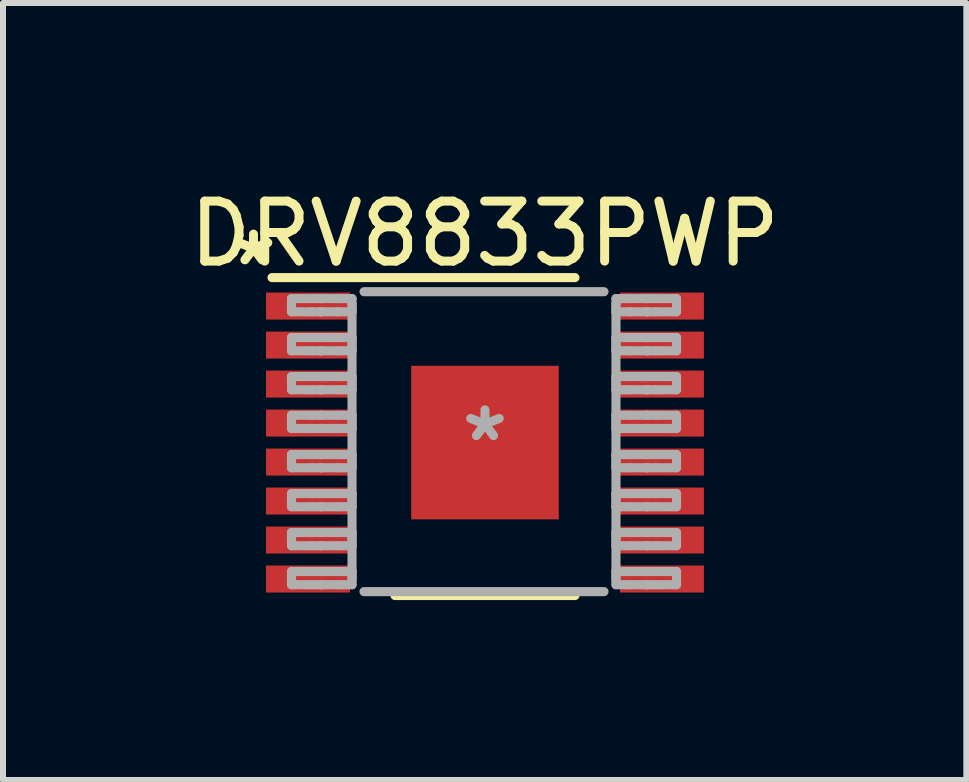
<source format=kicad_pcb>
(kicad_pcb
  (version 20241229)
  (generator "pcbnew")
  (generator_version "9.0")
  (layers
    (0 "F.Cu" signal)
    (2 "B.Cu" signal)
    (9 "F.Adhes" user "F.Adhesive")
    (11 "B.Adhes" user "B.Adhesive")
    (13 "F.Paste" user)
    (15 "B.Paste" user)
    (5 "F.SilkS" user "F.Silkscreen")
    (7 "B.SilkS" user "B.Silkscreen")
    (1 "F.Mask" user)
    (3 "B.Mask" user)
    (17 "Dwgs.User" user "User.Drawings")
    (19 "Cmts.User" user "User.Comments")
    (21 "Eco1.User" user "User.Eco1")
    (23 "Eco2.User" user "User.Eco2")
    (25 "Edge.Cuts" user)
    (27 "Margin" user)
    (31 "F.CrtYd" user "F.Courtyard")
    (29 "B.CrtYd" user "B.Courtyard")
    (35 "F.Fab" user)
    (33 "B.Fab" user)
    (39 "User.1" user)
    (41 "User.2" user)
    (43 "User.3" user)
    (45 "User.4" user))
  (footprint "DRV8833PWP"
    (layer "F.Cu")
    (at 5.035 4.328)
    (property "Reference" "DRV8833PWP" (at -0.005 -3.48 0) (layer "F.SilkS") (effects (font (size 1 1) (thickness 0.15))))
    (attr through_hole)
    (fp_line (start -3.55 -2.75) (end 1.5 -2.75) (stroke (width 0.152) (type solid)) (layer "F.SilkS"))
    (fp_line (start -1.5 2.55) (end 1.5 2.55) (stroke (width 0.152) (type solid)) (layer "F.SilkS"))
    (fp_line (start -3.225 -2.4) (end -2.887 -2.4) (stroke (width 0.152) (type solid)) (layer "F.Fab"))
    (fp_line (start -3.225 -2.18) (end -3.225 -2.4) (stroke (width 0.152) (type solid)) (layer "F.Fab"))
    (fp_line (start -3.225 -2.18) (end -2.887 -2.18) (stroke (width 0.152) (type solid)) (layer "F.Fab"))
    (fp_line (start -3.225 -1.75) (end -2.887 -1.75) (stroke (width 0.152) (type solid)) (layer "F.Fab"))
    (fp_line (start -3.225 -1.53) (end -3.225 -1.75) (stroke (width 0.152) (type solid)) (layer "F.Fab"))
    (fp_line (start -3.225 -1.53) (end -2.887 -1.53) (stroke (width 0.152) (type solid)) (layer "F.Fab"))
    (fp_line (start -3.225 -1.1) (end -2.887 -1.1) (stroke (width 0.152) (type solid)) (layer "F.Fab"))
    (fp_line (start -3.225 -0.88) (end -3.225 -1.1) (stroke (width 0.152) (type solid)) (layer "F.Fab"))
    (fp_line (start -3.225 -0.88) (end -2.887 -0.88) (stroke (width 0.152) (type solid)) (layer "F.Fab"))
    (fp_line (start -3.225 -0.455) (end -2.887 -0.455) (stroke (width 0.152) (type solid)) (layer "F.Fab"))
    (fp_line (start -3.225 -0.235) (end -3.225 -0.455) (stroke (width 0.152) (type solid)) (layer "F.Fab"))
    (fp_line (start -3.225 -0.235) (end -2.887 -0.235) (stroke (width 0.152) (type solid)) (layer "F.Fab"))
    (fp_line (start -3.225 0.2) (end -2.887 0.2) (stroke (width 0.152) (type solid)) (layer "F.Fab"))
    (fp_line (start -3.225 0.42) (end -3.225 0.2) (stroke (width 0.152) (type solid)) (layer "F.Fab"))
    (fp_line (start -3.225 0.42) (end -2.887 0.42) (stroke (width 0.152) (type solid)) (layer "F.Fab"))
    (fp_line (start -3.225 0.85) (end -2.887 0.85) (stroke (width 0.152) (type solid)) (layer "F.Fab"))
    (fp_line (start -3.225 1.07) (end -3.225 0.85) (stroke (width 0.152) (type solid)) (layer "F.Fab"))
    (fp_line (start -3.225 1.07) (end -2.887 1.07) (stroke (width 0.152) (type solid)) (layer "F.Fab"))
    (fp_line (start -3.225 1.5) (end -2.887 1.5) (stroke (width 0.152) (type solid)) (layer "F.Fab"))
    (fp_line (start -3.225 1.72) (end -3.225 1.5) (stroke (width 0.152) (type solid)) (layer "F.Fab"))
    (fp_line (start -3.225 1.72) (end -2.887 1.72) (stroke (width 0.152) (type solid)) (layer "F.Fab"))
    (fp_line (start -3.225 2.15) (end -2.887 2.15) (stroke (width 0.152) (type solid)) (layer "F.Fab"))
    (fp_line (start -3.225 2.37) (end -3.225 2.15) (stroke (width 0.152) (type solid)) (layer "F.Fab"))
    (fp_line (start -3.225 2.37) (end -2.887 2.37) (stroke (width 0.152) (type solid)) (layer "F.Fab"))
    (fp_line (start -2.887 -2.4) (end -2.739 -2.4) (stroke (width 0.152) (type solid)) (layer "F.Fab"))
    (fp_line (start -2.887 -2.18) (end -2.739 -2.18) (stroke (width 0.152) (type solid)) (layer "F.Fab"))
    (fp_line (start -2.887 -1.75) (end -2.739 -1.75) (stroke (width 0.152) (type solid)) (layer "F.Fab"))
    (fp_line (start -2.887 -1.53) (end -2.739 -1.53) (stroke (width 0.152) (type solid)) (layer "F.Fab"))
    (fp_line (start -2.887 -1.1) (end -2.739 -1.1) (stroke (width 0.152) (type solid)) (layer "F.Fab"))
    (fp_line (start -2.887 -0.88) (end -2.739 -0.88) (stroke (width 0.152) (type solid)) (layer "F.Fab"))
    (fp_line (start -2.887 -0.455) (end -2.739 -0.455) (stroke (width 0.152) (type solid)) (layer "F.Fab"))
    (fp_line (start -2.887 -0.235) (end -2.739 -0.235) (stroke (width 0.152) (type solid)) (layer "F.Fab"))
    (fp_line (start -2.887 0.2) (end -2.739 0.2) (stroke (width 0.152) (type solid)) (layer "F.Fab"))
    (fp_line (start -2.887 0.42) (end -2.739 0.42) (stroke (width 0.152) (type solid)) (layer "F.Fab"))
    (fp_line (start -2.887 0.85) (end -2.739 0.85) (stroke (width 0.152) (type solid)) (layer "F.Fab"))
    (fp_line (start -2.887 1.07) (end -2.739 1.07) (stroke (width 0.152) (type solid)) (layer "F.Fab"))
    (fp_line (start -2.887 1.5) (end -2.739 1.5) (stroke (width 0.152) (type solid)) (layer "F.Fab"))
    (fp_line (start -2.887 1.72) (end -2.739 1.72) (stroke (width 0.152) (type solid)) (layer "F.Fab"))
    (fp_line (start -2.887 2.15) (end -2.739 2.15) (stroke (width 0.152) (type solid)) (layer "F.Fab"))
    (fp_line (start -2.887 2.37) (end -2.739 2.37) (stroke (width 0.152) (type solid)) (layer "F.Fab"))
    (fp_line (start -2.739 -2.4) (end -2.73 -2.4) (stroke (width 0.152) (type solid)) (layer "F.Fab"))
    (fp_line (start -2.739 -2.18) (end -2.73 -2.18) (stroke (width 0.152) (type solid)) (layer "F.Fab"))
    (fp_line (start -2.739 -1.75) (end -2.73 -1.75) (stroke (width 0.152) (type solid)) (layer "F.Fab"))
    (fp_line (start -2.739 -1.53) (end -2.73 -1.53) (stroke (width 0.152) (type solid)) (layer "F.Fab"))
    (fp_line (start -2.739 -1.1) (end -2.73 -1.1) (stroke (width 0.152) (type solid)) (layer "F.Fab"))
    (fp_line (start -2.739 -0.88) (end -2.73 -0.88) (stroke (width 0.152) (type solid)) (layer "F.Fab"))
    (fp_line (start -2.739 -0.455) (end -2.73 -0.455) (stroke (width 0.152) (type solid)) (layer "F.Fab"))
    (fp_line (start -2.739 -0.235) (end -2.73 -0.235) (stroke (width 0.152) (type solid)) (layer "F.Fab"))
    (fp_line (start -2.739 0.2) (end -2.73 0.2) (stroke (width 0.152) (type solid)) (layer "F.Fab"))
    (fp_line (start -2.739 0.42) (end -2.73 0.42) (stroke (width 0.152) (type solid)) (layer "F.Fab"))
    (fp_line (start -2.739 0.85) (end -2.73 0.85) (stroke (width 0.152) (type solid)) (layer "F.Fab"))
    (fp_line (start -2.739 1.07) (end -2.73 1.07) (stroke (width 0.152) (type solid)) (layer "F.Fab"))
    (fp_line (start -2.739 1.5) (end -2.73 1.5) (stroke (width 0.152) (type solid)) (layer "F.Fab"))
    (fp_line (start -2.739 1.72) (end -2.73 1.72) (stroke (width 0.152) (type solid)) (layer "F.Fab"))
    (fp_line (start -2.739 2.15) (end -2.73 2.15) (stroke (width 0.152) (type solid)) (layer "F.Fab"))
    (fp_line (start -2.739 2.37) (end -2.73 2.37) (stroke (width 0.152) (type solid)) (layer "F.Fab"))
    (fp_line (start -2.73 -2.4) (end -2.446 -2.4) (stroke (width 0.152) (type solid)) (layer "F.Fab"))
    (fp_line (start -2.73 -2.18) (end -2.446 -2.18) (stroke (width 0.152) (type solid)) (layer "F.Fab"))
    (fp_line (start -2.73 -1.75) (end -2.446 -1.75) (stroke (width 0.152) (type solid)) (layer "F.Fab"))
    (fp_line (start -2.73 -1.53) (end -2.446 -1.53) (stroke (width 0.152) (type solid)) (layer "F.Fab"))
    (fp_line (start -2.73 -1.1) (end -2.446 -1.1) (stroke (width 0.152) (type solid)) (layer "F.Fab"))
    (fp_line (start -2.73 -0.88) (end -2.446 -0.88) (stroke (width 0.152) (type solid)) (layer "F.Fab"))
    (fp_line (start -2.73 -0.455) (end -2.446 -0.455) (stroke (width 0.152) (type solid)) (layer "F.Fab"))
    (fp_line (start -2.73 -0.235) (end -2.446 -0.235) (stroke (width 0.152) (type solid)) (layer "F.Fab"))
    (fp_line (start -2.73 0.2) (end -2.446 0.2) (stroke (width 0.152) (type solid)) (layer "F.Fab"))
    (fp_line (start -2.73 0.42) (end -2.446 0.42) (stroke (width 0.152) (type solid)) (layer "F.Fab"))
    (fp_line (start -2.73 0.85) (end -2.446 0.85) (stroke (width 0.152) (type solid)) (layer "F.Fab"))
    (fp_line (start -2.73 1.07) (end -2.446 1.07) (stroke (width 0.152) (type solid)) (layer "F.Fab"))
    (fp_line (start -2.73 1.5) (end -2.446 1.5) (stroke (width 0.152) (type solid)) (layer "F.Fab"))
    (fp_line (start -2.73 1.72) (end -2.446 1.72) (stroke (width 0.152) (type solid)) (layer "F.Fab"))
    (fp_line (start -2.73 2.15) (end -2.446 2.15) (stroke (width 0.152) (type solid)) (layer "F.Fab"))
    (fp_line (start -2.73 2.37) (end -2.446 2.37) (stroke (width 0.152) (type solid)) (layer "F.Fab"))
    (fp_line (start -2.446 -2.4) (end -2.216 -2.4) (stroke (width 0.152) (type solid)) (layer "F.Fab"))
    (fp_line (start -2.446 -2.18) (end -2.216 -2.18) (stroke (width 0.152) (type solid)) (layer "F.Fab"))
    (fp_line (start -2.446 -1.75) (end -2.216 -1.75) (stroke (width 0.152) (type solid)) (layer "F.Fab"))
    (fp_line (start -2.446 -1.53) (end -2.216 -1.53) (stroke (width 0.152) (type solid)) (layer "F.Fab"))
    (fp_line (start -2.446 -1.1) (end -2.216 -1.1) (stroke (width 0.152) (type solid)) (layer "F.Fab"))
    (fp_line (start -2.446 -0.88) (end -2.216 -0.88) (stroke (width 0.152) (type solid)) (layer "F.Fab"))
    (fp_line (start -2.446 -0.455) (end -2.216 -0.455) (stroke (width 0.152) (type solid)) (layer "F.Fab"))
    (fp_line (start -2.446 -0.235) (end -2.216 -0.235) (stroke (width 0.152) (type solid)) (layer "F.Fab"))
    (fp_line (start -2.446 0.2) (end -2.216 0.2) (stroke (width 0.152) (type solid)) (layer "F.Fab"))
    (fp_line (start -2.446 0.42) (end -2.216 0.42) (stroke (width 0.152) (type solid)) (layer "F.Fab"))
    (fp_line (start -2.446 0.85) (end -2.216 0.85) (stroke (width 0.152) (type solid)) (layer "F.Fab"))
    (fp_line (start -2.446 1.07) (end -2.216 1.07) (stroke (width 0.152) (type solid)) (layer "F.Fab"))
    (fp_line (start -2.446 1.5) (end -2.216 1.5) (stroke (width 0.152) (type solid)) (layer "F.Fab"))
    (fp_line (start -2.446 1.72) (end -2.216 1.72) (stroke (width 0.152) (type solid)) (layer "F.Fab"))
    (fp_line (start -2.446 2.15) (end -2.216 2.15) (stroke (width 0.152) (type solid)) (layer "F.Fab"))
    (fp_line (start -2.446 2.37) (end -2.216 2.37) (stroke (width 0.152) (type solid)) (layer "F.Fab"))
    (fp_line (start -2.216 -2.18) (end -2.216 -2.4) (stroke (width 0.152) (type solid)) (layer "F.Fab"))
    (fp_line (start -2.216 -1.53) (end -2.216 -1.75) (stroke (width 0.152) (type solid)) (layer "F.Fab"))
    (fp_line (start -2.216 -0.88) (end -2.216 -1.1) (stroke (width 0.152) (type solid)) (layer "F.Fab"))
    (fp_line (start -2.216 -0.235) (end -2.216 -0.455) (stroke (width 0.152) (type solid)) (layer "F.Fab"))
    (fp_line (start -2.216 0.42) (end -2.216 0.2) (stroke (width 0.152) (type solid)) (layer "F.Fab"))
    (fp_line (start -2.216 1.07) (end -2.216 0.85) (stroke (width 0.152) (type solid)) (layer "F.Fab"))
    (fp_line (start -2.216 1.72) (end -2.216 1.5) (stroke (width 0.152) (type solid)) (layer "F.Fab"))
    (fp_line (start -2.216 2.285) (end -2.216 -2.315) (stroke (width 0.152) (type solid)) (layer "F.Fab"))
    (fp_line (start -2.216 2.37) (end -2.216 2.15) (stroke (width 0.152) (type solid)) (layer "F.Fab"))
    (fp_line (start -2.016 -2.515) (end 1.984 -2.515) (stroke (width 0.152) (type solid)) (layer "F.Fab"))
    (fp_line (start -2.016 2.485) (end 1.984 2.485) (stroke (width 0.152) (type solid)) (layer "F.Fab"))
    (fp_line (start 2.184 -2.4) (end 2.413 -2.4) (stroke (width 0.152) (type solid)) (layer "F.Fab"))
    (fp_line (start 2.184 -2.18) (end 2.184 -2.4) (stroke (width 0.152) (type solid)) (layer "F.Fab"))
    (fp_line (start 2.184 -2.18) (end 2.413 -2.18) (stroke (width 0.152) (type solid)) (layer "F.Fab"))
    (fp_line (start 2.184 -1.75) (end 2.413 -1.75) (stroke (width 0.152) (type solid)) (layer "F.Fab"))
    (fp_line (start 2.184 -1.53) (end 2.184 -1.75) (stroke (width 0.152) (type solid)) (layer "F.Fab"))
    (fp_line (start 2.184 -1.53) (end 2.413 -1.53) (stroke (width 0.152) (type solid)) (layer "F.Fab"))
    (fp_line (start 2.184 -1.1) (end 2.413 -1.1) (stroke (width 0.152) (type solid)) (layer "F.Fab"))
    (fp_line (start 2.184 -0.88) (end 2.184 -1.1) (stroke (width 0.152) (type solid)) (layer "F.Fab"))
    (fp_line (start 2.184 -0.88) (end 2.413 -0.88) (stroke (width 0.152) (type solid)) (layer "F.Fab"))
    (fp_line (start 2.184 -0.455) (end 2.413 -0.455) (stroke (width 0.152) (type solid)) (layer "F.Fab"))
    (fp_line (start 2.184 -0.235) (end 2.184 -0.455) (stroke (width 0.152) (type solid)) (layer "F.Fab"))
    (fp_line (start 2.184 -0.235) (end 2.413 -0.235) (stroke (width 0.152) (type solid)) (layer "F.Fab"))
    (fp_line (start 2.184 0.2) (end 2.413 0.2) (stroke (width 0.152) (type solid)) (layer "F.Fab"))
    (fp_line (start 2.184 0.42) (end 2.184 0.2) (stroke (width 0.152) (type solid)) (layer "F.Fab"))
    (fp_line (start 2.184 0.42) (end 2.413 0.42) (stroke (width 0.152) (type solid)) (layer "F.Fab"))
    (fp_line (start 2.184 0.85) (end 2.413 0.85) (stroke (width 0.152) (type solid)) (layer "F.Fab"))
    (fp_line (start 2.184 1.07) (end 2.184 0.85) (stroke (width 0.152) (type solid)) (layer "F.Fab"))
    (fp_line (start 2.184 1.07) (end 2.413 1.07) (stroke (width 0.152) (type solid)) (layer "F.Fab"))
    (fp_line (start 2.184 1.5) (end 2.413 1.5) (stroke (width 0.152) (type solid)) (layer "F.Fab"))
    (fp_line (start 2.184 1.72) (end 2.184 1.5) (stroke (width 0.152) (type solid)) (layer "F.Fab"))
    (fp_line (start 2.184 1.72) (end 2.413 1.72) (stroke (width 0.152) (type solid)) (layer "F.Fab"))
    (fp_line (start 2.184 2.15) (end 2.413 2.15) (stroke (width 0.152) (type solid)) (layer "F.Fab"))
    (fp_line (start 2.184 2.285) (end 2.184 -2.315) (stroke (width 0.152) (type solid)) (layer "F.Fab"))
    (fp_line (start 2.184 2.37) (end 2.184 2.15) (stroke (width 0.152) (type solid)) (layer "F.Fab"))
    (fp_line (start 2.184 2.37) (end 2.413 2.37) (stroke (width 0.152) (type solid)) (layer "F.Fab"))
    (fp_line (start 2.413 -2.4) (end 2.698 -2.4) (stroke (width 0.152) (type solid)) (layer "F.Fab"))
    (fp_line (start 2.413 -2.18) (end 2.698 -2.18) (stroke (width 0.152) (type solid)) (layer "F.Fab"))
    (fp_line (start 2.413 -1.75) (end 2.698 -1.75) (stroke (width 0.152) (type solid)) (layer "F.Fab"))
    (fp_line (start 2.413 -1.53) (end 2.698 -1.53) (stroke (width 0.152) (type solid)) (layer "F.Fab"))
    (fp_line (start 2.413 -1.1) (end 2.698 -1.1) (stroke (width 0.152) (type solid)) (layer "F.Fab"))
    (fp_line (start 2.413 -0.88) (end 2.698 -0.88) (stroke (width 0.152) (type solid)) (layer "F.Fab"))
    (fp_line (start 2.413 -0.455) (end 2.698 -0.455) (stroke (width 0.152) (type solid)) (layer "F.Fab"))
    (fp_line (start 2.413 -0.235) (end 2.698 -0.235) (stroke (width 0.152) (type solid)) (layer "F.Fab"))
    (fp_line (start 2.413 0.2) (end 2.698 0.2) (stroke (width 0.152) (type solid)) (layer "F.Fab"))
    (fp_line (start 2.413 0.42) (end 2.698 0.42) (stroke (width 0.152) (type solid)) (layer "F.Fab"))
    (fp_line (start 2.413 0.85) (end 2.698 0.85) (stroke (width 0.152) (type solid)) (layer "F.Fab"))
    (fp_line (start 2.413 1.07) (end 2.698 1.07) (stroke (width 0.152) (type solid)) (layer "F.Fab"))
    (fp_line (start 2.413 1.5) (end 2.698 1.5) (stroke (width 0.152) (type solid)) (layer "F.Fab"))
    (fp_line (start 2.413 1.72) (end 2.698 1.72) (stroke (width 0.152) (type solid)) (layer "F.Fab"))
    (fp_line (start 2.413 2.15) (end 2.698 2.15) (stroke (width 0.152) (type solid)) (layer "F.Fab"))
    (fp_line (start 2.413 2.37) (end 2.698 2.37) (stroke (width 0.152) (type solid)) (layer "F.Fab"))
    (fp_line (start 2.698 -2.4) (end 2.707 -2.4) (stroke (width 0.152) (type solid)) (layer "F.Fab"))
    (fp_line (start 2.698 -2.18) (end 2.707 -2.18) (stroke (width 0.152) (type solid)) (layer "F.Fab"))
    (fp_line (start 2.698 -1.75) (end 2.707 -1.75) (stroke (width 0.152) (type solid)) (layer "F.Fab"))
    (fp_line (start 2.698 -1.53) (end 2.707 -1.53) (stroke (width 0.152) (type solid)) (layer "F.Fab"))
    (fp_line (start 2.698 -1.1) (end 2.707 -1.1) (stroke (width 0.152) (type solid)) (layer "F.Fab"))
    (fp_line (start 2.698 -0.88) (end 2.707 -0.88) (stroke (width 0.152) (type solid)) (layer "F.Fab"))
    (fp_line (start 2.698 -0.455) (end 2.707 -0.455) (stroke (width 0.152) (type solid)) (layer "F.Fab"))
    (fp_line (start 2.698 -0.235) (end 2.707 -0.235) (stroke (width 0.152) (type solid)) (layer "F.Fab"))
    (fp_line (start 2.698 0.2) (end 2.707 0.2) (stroke (width 0.152) (type solid)) (layer "F.Fab"))
    (fp_line (start 2.698 0.42) (end 2.707 0.42) (stroke (width 0.152) (type solid)) (layer "F.Fab"))
    (fp_line (start 2.698 0.85) (end 2.707 0.85) (stroke (width 0.152) (type solid)) (layer "F.Fab"))
    (fp_line (start 2.698 1.07) (end 2.707 1.07) (stroke (width 0.152) (type solid)) (layer "F.Fab"))
    (fp_line (start 2.698 1.5) (end 2.707 1.5) (stroke (width 0.152) (type solid)) (layer "F.Fab"))
    (fp_line (start 2.698 1.72) (end 2.707 1.72) (stroke (width 0.152) (type solid)) (layer "F.Fab"))
    (fp_line (start 2.698 2.15) (end 2.707 2.15) (stroke (width 0.152) (type solid)) (layer "F.Fab"))
    (fp_line (start 2.698 2.37) (end 2.707 2.37) (stroke (width 0.152) (type solid)) (layer "F.Fab"))
    (fp_line (start 2.707 -2.4) (end 2.854 -2.4) (stroke (width 0.152) (type solid)) (layer "F.Fab"))
    (fp_line (start 2.707 -2.18) (end 2.854 -2.18) (stroke (width 0.152) (type solid)) (layer "F.Fab"))
    (fp_line (start 2.707 -1.75) (end 2.854 -1.75) (stroke (width 0.152) (type solid)) (layer "F.Fab"))
    (fp_line (start 2.707 -1.53) (end 2.854 -1.53) (stroke (width 0.152) (type solid)) (layer "F.Fab"))
    (fp_line (start 2.707 -1.1) (end 2.854 -1.1) (stroke (width 0.152) (type solid)) (layer "F.Fab"))
    (fp_line (start 2.707 -0.88) (end 2.854 -0.88) (stroke (width 0.152) (type solid)) (layer "F.Fab"))
    (fp_line (start 2.707 -0.455) (end 2.854 -0.455) (stroke (width 0.152) (type solid)) (layer "F.Fab"))
    (fp_line (start 2.707 -0.235) (end 2.854 -0.235) (stroke (width 0.152) (type solid)) (layer "F.Fab"))
    (fp_line (start 2.707 0.2) (end 2.854 0.2) (stroke (width 0.152) (type solid)) (layer "F.Fab"))
    (fp_line (start 2.707 0.42) (end 2.854 0.42) (stroke (width 0.152) (type solid)) (layer "F.Fab"))
    (fp_line (start 2.707 0.85) (end 2.854 0.85) (stroke (width 0.152) (type solid)) (layer "F.Fab"))
    (fp_line (start 2.707 1.07) (end 2.854 1.07) (stroke (width 0.152) (type solid)) (layer "F.Fab"))
    (fp_line (start 2.707 1.5) (end 2.854 1.5) (stroke (width 0.152) (type solid)) (layer "F.Fab"))
    (fp_line (start 2.707 1.72) (end 2.854 1.72) (stroke (width 0.152) (type solid)) (layer "F.Fab"))
    (fp_line (start 2.707 2.15) (end 2.854 2.15) (stroke (width 0.152) (type solid)) (layer "F.Fab"))
    (fp_line (start 2.707 2.37) (end 2.854 2.37) (stroke (width 0.152) (type solid)) (layer "F.Fab"))
    (fp_line (start 2.854 -2.4) (end 3.193 -2.4) (stroke (width 0.152) (type solid)) (layer "F.Fab"))
    (fp_line (start 2.854 -2.18) (end 3.193 -2.18) (stroke (width 0.152) (type solid)) (layer "F.Fab"))
    (fp_line (start 2.854 -1.75) (end 3.193 -1.75) (stroke (width 0.152) (type solid)) (layer "F.Fab"))
    (fp_line (start 2.854 -1.53) (end 3.193 -1.53) (stroke (width 0.152) (type solid)) (layer "F.Fab"))
    (fp_line (start 2.854 -1.1) (end 3.193 -1.1) (stroke (width 0.152) (type solid)) (layer "F.Fab"))
    (fp_line (start 2.854 -0.88) (end 3.193 -0.88) (stroke (width 0.152) (type solid)) (layer "F.Fab"))
    (fp_line (start 2.854 -0.455) (end 3.193 -0.455) (stroke (width 0.152) (type solid)) (layer "F.Fab"))
    (fp_line (start 2.854 -0.235) (end 3.193 -0.235) (stroke (width 0.152) (type solid)) (layer "F.Fab"))
    (fp_line (start 2.854 0.2) (end 3.193 0.2) (stroke (width 0.152) (type solid)) (layer "F.Fab"))
    (fp_line (start 2.854 0.42) (end 3.193 0.42) (stroke (width 0.152) (type solid)) (layer "F.Fab"))
    (fp_line (start 2.854 0.85) (end 3.193 0.85) (stroke (width 0.152) (type solid)) (layer "F.Fab"))
    (fp_line (start 2.854 1.07) (end 3.193 1.07) (stroke (width 0.152) (type solid)) (layer "F.Fab"))
    (fp_line (start 2.854 1.5) (end 3.193 1.5) (stroke (width 0.152) (type solid)) (layer "F.Fab"))
    (fp_line (start 2.854 1.72) (end 3.193 1.72) (stroke (width 0.152) (type solid)) (layer "F.Fab"))
    (fp_line (start 2.854 2.15) (end 3.193 2.15) (stroke (width 0.152) (type solid)) (layer "F.Fab"))
    (fp_line (start 2.854 2.37) (end 3.193 2.37) (stroke (width 0.152) (type solid)) (layer "F.Fab"))
    (fp_line (start 3.193 -2.18) (end 3.193 -2.4) (stroke (width 0.152) (type solid)) (layer "F.Fab"))
    (fp_line (start 3.193 -1.53) (end 3.193 -1.75) (stroke (width 0.152) (type solid)) (layer "F.Fab"))
    (fp_line (start 3.193 -0.88) (end 3.193 -1.1) (stroke (width 0.152) (type solid)) (layer "F.Fab"))
    (fp_line (start 3.193 -0.235) (end 3.193 -0.455) (stroke (width 0.152) (type solid)) (layer "F.Fab"))
    (fp_line (start 3.193 0.42) (end 3.193 0.2) (stroke (width 0.152) (type solid)) (layer "F.Fab"))
    (fp_line (start 3.193 1.07) (end 3.193 0.85) (stroke (width 0.152) (type solid)) (layer "F.Fab"))
    (fp_line (start 3.193 1.72) (end 3.193 1.5) (stroke (width 0.152) (type solid)) (layer "F.Fab"))
    (fp_line (start 3.193 2.37) (end 3.193 2.15) (stroke (width 0.152) (type solid)) (layer "F.Fab"))
    (fp_text user "*" (at -3.859 -2.93 0) (layer "F.SilkS") (effects (font (size 1 1) (thickness 0.15))))
    (fp_text user "*" (at 0 0 0) (layer "F.Fab") (effects (font (size 1 1) (thickness 0.15))))
    (pad "1" smd rect (at -2.95 -2.275 90) (size 0.45 1.4) (layers "F.Cu" "F.Mask" "F.Paste"))
    (pad "2" smd rect (at -2.95 -1.625 90) (size 0.45 1.4) (layers "F.Cu" "F.Mask" "F.Paste"))
    (pad "3" smd rect (at -2.95 -0.975 90) (size 0.45 1.4) (layers "F.Cu" "F.Mask" "F.Paste"))
    (pad "4" smd rect (at -2.95 -0.325 90) (size 0.45 1.4) (layers "F.Cu" "F.Mask" "F.Paste"))
    (pad "5" smd rect (at -2.95 0.325 90) (size 0.45 1.4) (layers "F.Cu" "F.Mask" "F.Paste"))
    (pad "6" smd rect (at -2.95 0.975 90) (size 0.45 1.4) (layers "F.Cu" "F.Mask" "F.Paste"))
    (pad "7" smd rect (at -2.95 1.625 90) (size 0.45 1.4) (layers "F.Cu" "F.Mask" "F.Paste"))
    (pad "8" smd rect (at -2.95 2.275 90) (size 0.45 1.4) (layers "F.Cu" "F.Mask" "F.Paste"))
    (pad "9" smd rect (at 2.95 2.275 90) (size 0.45 1.4) (layers "F.Cu" "F.Mask" "F.Paste"))
    (pad "10" smd rect (at 2.95 1.625 90) (size 0.45 1.4) (layers "F.Cu" "F.Mask" "F.Paste"))
    (pad "11" smd rect (at 2.95 0.975 90) (size 0.45 1.4) (layers "F.Cu" "F.Mask" "F.Paste"))
    (pad "12" smd rect (at 2.95 0.325 90) (size 0.45 1.4) (layers "F.Cu" "F.Mask" "F.Paste"))
    (pad "13" smd rect (at 2.95 -0.325 90) (size 0.45 1.4) (layers "F.Cu" "F.Mask" "F.Paste"))
    (pad "14" smd rect (at 2.95 -0.975 90) (size 0.45 1.4) (layers "F.Cu" "F.Mask" "F.Paste"))
    (pad "15" smd rect (at 2.95 -1.625 90) (size 0.45 1.4) (layers "F.Cu" "F.Mask" "F.Paste"))
    (pad "16" smd rect (at 2.95 -2.275 90) (size 0.45 1.4) (layers "F.Cu" "F.Mask" "F.Paste"))
    (pad "17" smd rect (at 0 0) (size 2.46 2.56) (layers "F.Cu" "F.Mask" "F.Paste")))
  (gr_rect
    (start -3 -3)
    (end 13.06 9.954)
    (stroke (width 0.1) (type default))
    (fill no)
    (layer "Edge.Cuts")))
</source>
